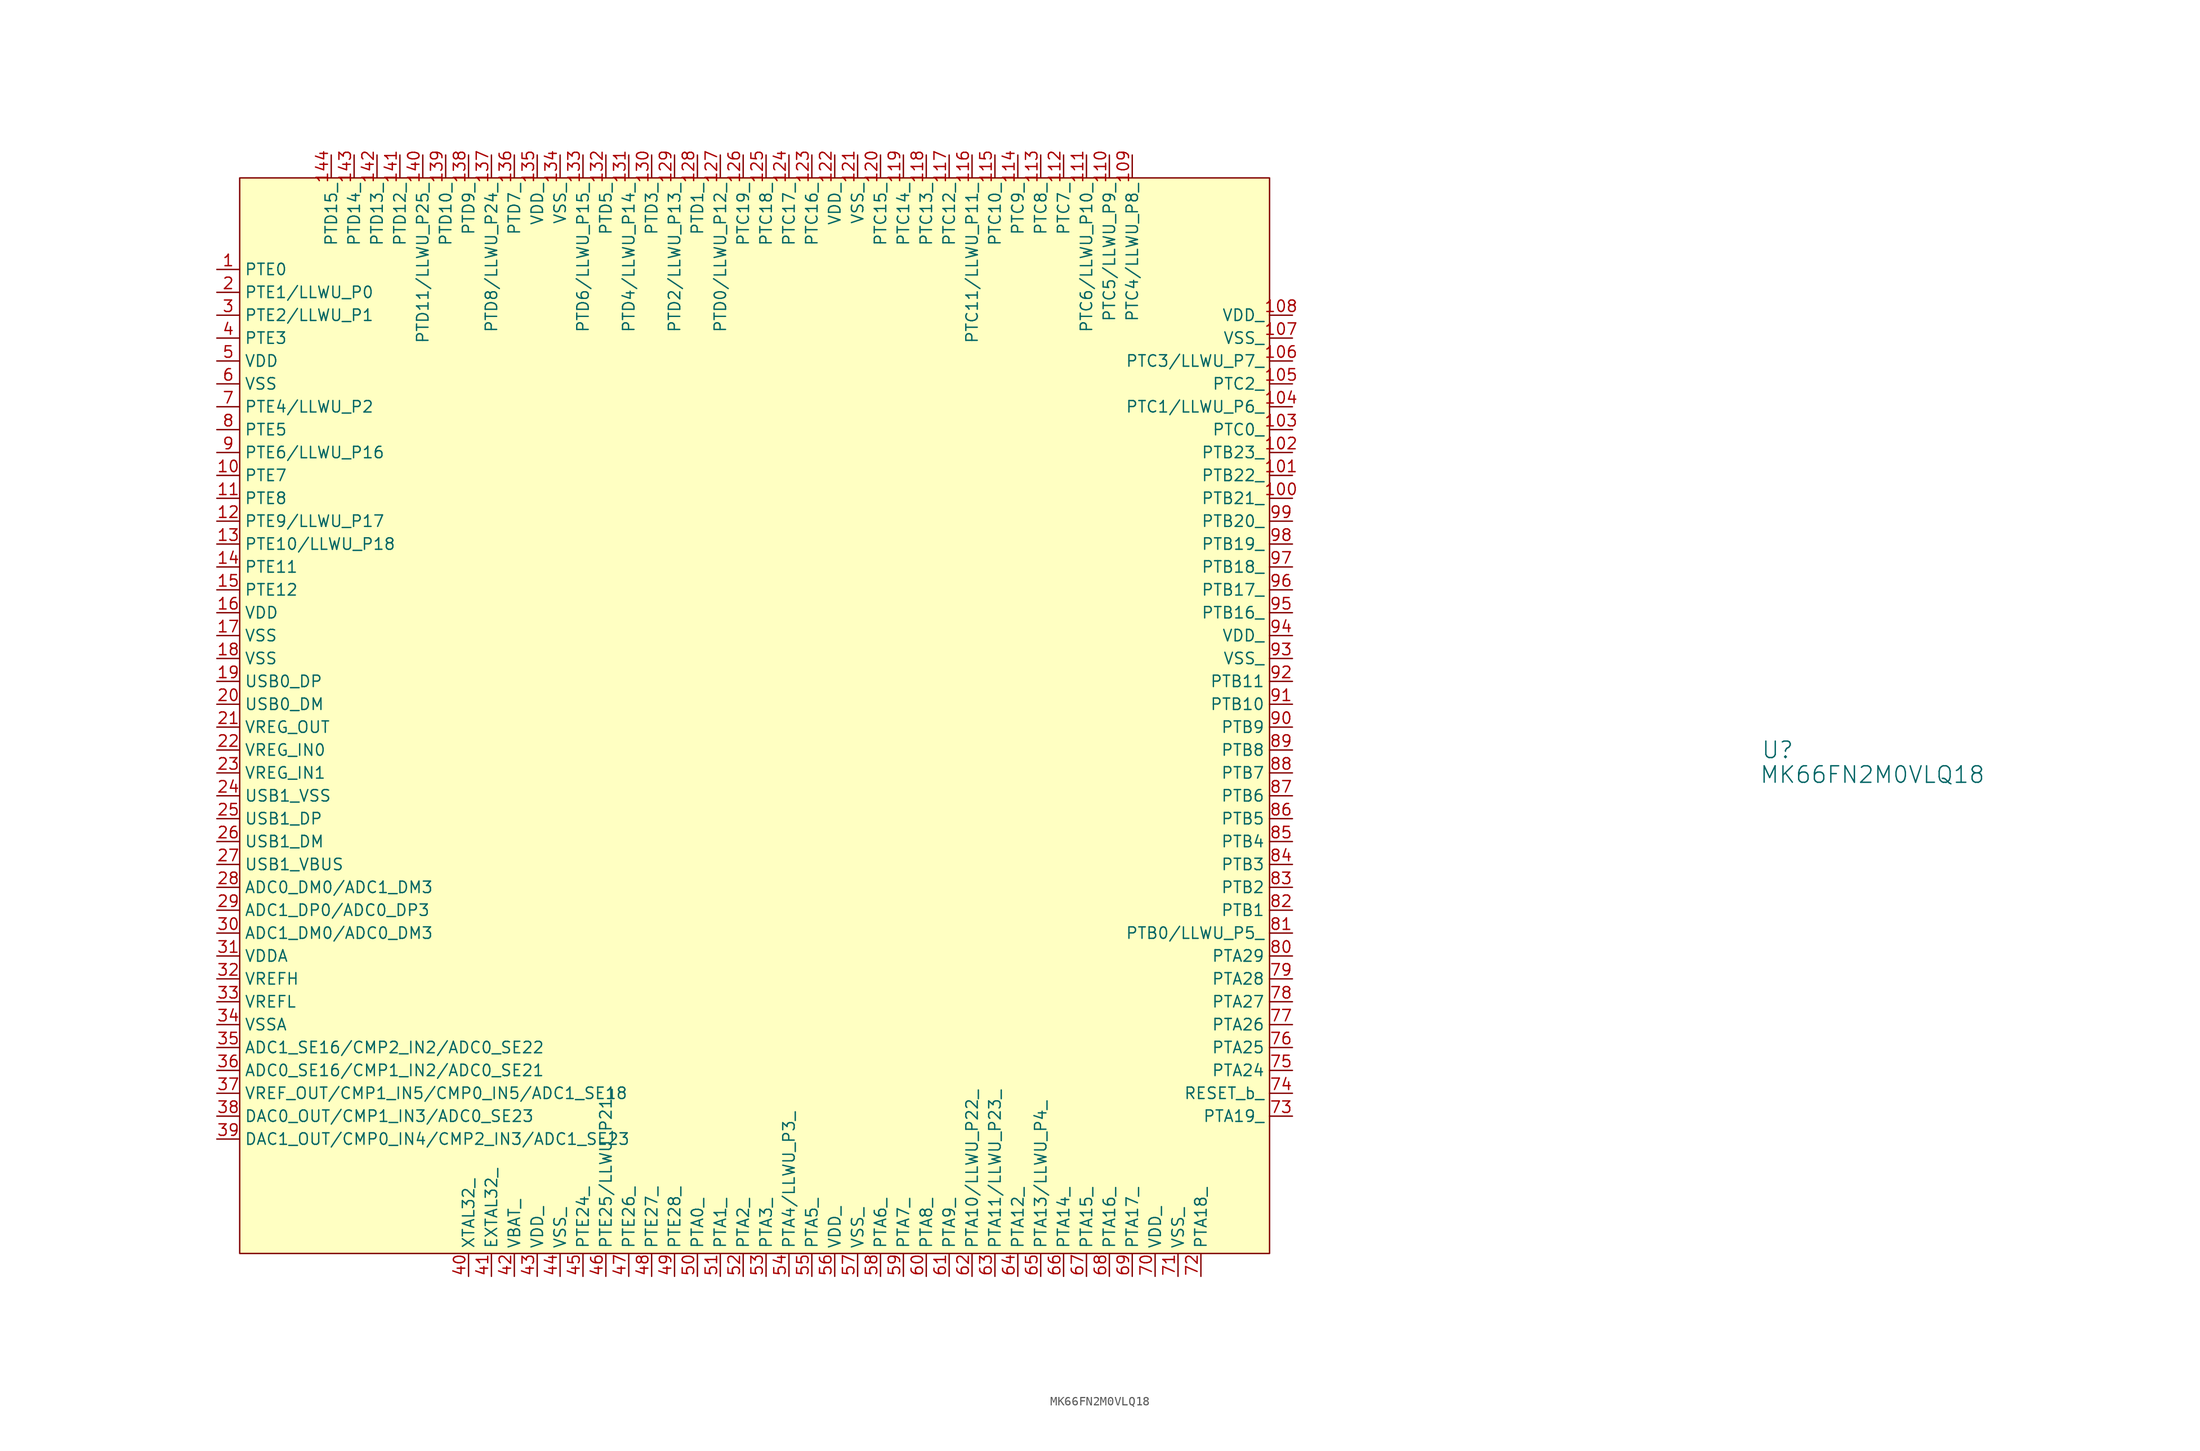
<source format=kicad_sym>
(kicad_symbol_lib
  (version 20241209)
  (generator "kicad_symbol_editor")
  (generator_version "9.0")
  (symbol "MK66FN2M0VLQ18"
    (property "Reference" "U"
      (at 112.268 -7.62 0)
      (effects (font (size 1.829 1.829))))
    (property "Value" "MK66FN2M0VLQ18"
      (at 110.236 -11.43 0)
      (effects (font (size 1.829 1.829)) (justify left bottom)))
    (symbol "MK66FN2M0VLQ18_1_0"
      (rectangle (start 55.88 55.88) (end -58.42 -63.5) (stroke (width 0) (type solid) (color 128 0 0 1)) (fill (type background)))
      (pin passive line (at -60.96 45.72 0) (length 2.54) (name "PTE0" (effects (font (size 1.27 1.27)))) (number "1" (effects (font (size 1.27 1.27)))))
      (pin passive line (at -60.96 43.18 0) (length 2.54) (name "PTE1/LLWU_P0" (effects (font (size 1.27 1.27)))) (number "2" (effects (font (size 1.27 1.27)))))
      (pin passive line (at -60.96 40.64 0) (length 2.54) (name "PTE2/LLWU_P1" (effects (font (size 1.27 1.27)))) (number "3" (effects (font (size 1.27 1.27)))))
      (pin passive line (at -60.96 38.1 0) (length 2.54) (name "PTE3" (effects (font (size 1.27 1.27)))) (number "4" (effects (font (size 1.27 1.27)))))
      (pin passive line (at -60.96 35.56 0) (length 2.54) (name "VDD" (effects (font (size 1.27 1.27)))) (number "5" (effects (font (size 1.27 1.27)))))
      (pin passive line (at -60.96 33.02 0) (length 2.54) (name "VSS" (effects (font (size 1.27 1.27)))) (number "6" (effects (font (size 1.27 1.27)))))
      (pin passive line (at -60.96 30.48 0) (length 2.54) (name "PTE4/LLWU_P2" (effects (font (size 1.27 1.27)))) (number "7" (effects (font (size 1.27 1.27)))))
      (pin passive line (at -60.96 27.94 0) (length 2.54) (name "PTE5" (effects (font (size 1.27 1.27)))) (number "8" (effects (font (size 1.27 1.27)))))
      (pin passive line (at -60.96 25.4 0) (length 2.54) (name "PTE6/LLWU_P16" (effects (font (size 1.27 1.27)))) (number "9" (effects (font (size 1.27 1.27)))))
      (pin passive line (at -60.96 22.86 0) (length 2.54) (name "PTE7" (effects (font (size 1.27 1.27)))) (number "10" (effects (font (size 1.27 1.27)))))
      (pin passive line (at -60.96 20.32 0) (length 2.54) (name "PTE8" (effects (font (size 1.27 1.27)))) (number "11" (effects (font (size 1.27 1.27)))))
      (pin passive line (at -60.96 17.78 0) (length 2.54) (name "PTE9/LLWU_P17" (effects (font (size 1.27 1.27)))) (number "12" (effects (font (size 1.27 1.27)))))
      (pin passive line (at -60.96 15.24 0) (length 2.54) (name "PTE10/LLWU_P18" (effects (font (size 1.27 1.27)))) (number "13" (effects (font (size 1.27 1.27)))))
      (pin passive line (at -60.96 12.7 0) (length 2.54) (name "PTE11" (effects (font (size 1.27 1.27)))) (number "14" (effects (font (size 1.27 1.27)))))
      (pin passive line (at -60.96 10.16 0) (length 2.54) (name "PTE12" (effects (font (size 1.27 1.27)))) (number "15" (effects (font (size 1.27 1.27)))))
      (pin passive line (at -60.96 7.62 0) (length 2.54) (name "VDD" (effects (font (size 1.27 1.27)))) (number "16" (effects (font (size 1.27 1.27)))))
      (pin passive line (at -60.96 5.08 0) (length 2.54) (name "VSS" (effects (font (size 1.27 1.27)))) (number "17" (effects (font (size 1.27 1.27)))))
      (pin passive line (at -60.96 2.54 0) (length 2.54) (name "VSS" (effects (font (size 1.27 1.27)))) (number "18" (effects (font (size 1.27 1.27)))))
      (pin passive line (at -60.96 0 0) (length 2.54) (name "USB0_DP" (effects (font (size 1.27 1.27)))) (number "19" (effects (font (size 1.27 1.27)))))
      (pin passive line (at -60.96 -2.54 0) (length 2.54) (name "USB0_DM" (effects (font (size 1.27 1.27)))) (number "20" (effects (font (size 1.27 1.27)))))
      (pin passive line (at -60.96 -5.08 0) (length 2.54) (name "VREG_OUT" (effects (font (size 1.27 1.27)))) (number "21" (effects (font (size 1.27 1.27)))))
      (pin passive line (at -60.96 -7.62 0) (length 2.54) (name "VREG_IN0" (effects (font (size 1.27 1.27)))) (number "22" (effects (font (size 1.27 1.27)))))
      (pin passive line (at -60.96 -10.16 0) (length 2.54) (name "VREG_IN1" (effects (font (size 1.27 1.27)))) (number "23" (effects (font (size 1.27 1.27)))))
      (pin passive line (at -60.96 -12.7 0) (length 2.54) (name "USB1_VSS" (effects (font (size 1.27 1.27)))) (number "24" (effects (font (size 1.27 1.27)))))
      (pin passive line (at -60.96 -15.24 0) (length 2.54) (name "USB1_DP" (effects (font (size 1.27 1.27)))) (number "25" (effects (font (size 1.27 1.27)))))
      (pin passive line (at -60.96 -17.78 0) (length 2.54) (name "USB1_DM" (effects (font (size 1.27 1.27)))) (number "26" (effects (font (size 1.27 1.27)))))
      (pin passive line (at -60.96 -20.32 0) (length 2.54) (name "USB1_VBUS" (effects (font (size 1.27 1.27)))) (number "27" (effects (font (size 1.27 1.27)))))
      (pin passive line (at -60.96 -22.86 0) (length 2.54) (name "ADC0_DM0/ADC1_DM3" (effects (font (size 1.27 1.27)))) (number "28" (effects (font (size 1.27 1.27)))))
      (pin passive line (at -60.96 -25.4 0) (length 2.54) (name "ADC1_DP0/ADC0_DP3" (effects (font (size 1.27 1.27)))) (number "29" (effects (font (size 1.27 1.27)))))
      (pin passive line (at -60.96 -27.94 0) (length 2.54) (name "ADC1_DM0/ADC0_DM3" (effects (font (size 1.27 1.27)))) (number "30" (effects (font (size 1.27 1.27)))))
      (pin passive line (at -60.96 -30.48 0) (length 2.54) (name "VDDA" (effects (font (size 1.27 1.27)))) (number "31" (effects (font (size 1.27 1.27)))))
      (pin passive line (at -60.96 -33.02 0) (length 2.54) (name "VREFH" (effects (font (size 1.27 1.27)))) (number "32" (effects (font (size 1.27 1.27)))))
      (pin passive line (at -60.96 -35.56 0) (length 2.54) (name "VREFL" (effects (font (size 1.27 1.27)))) (number "33" (effects (font (size 1.27 1.27)))))
      (pin passive line (at -60.96 -38.1 0) (length 2.54) (name "VSSA" (effects (font (size 1.27 1.27)))) (number "34" (effects (font (size 1.27 1.27)))))
      (pin passive line (at -60.96 -40.64 0) (length 2.54) (name "ADC1_SE16/CMP2_IN2/ADC0_SE22" (effects (font (size 1.27 1.27)))) (number "35" (effects (font (size 1.27 1.27)))))
      (pin passive line (at -60.96 -43.18 0) (length 2.54) (name "ADC0_SE16/CMP1_IN2/ADC0_SE21" (effects (font (size 1.27 1.27)))) (number "36" (effects (font (size 1.27 1.27)))))
      (pin passive line (at -60.96 -45.72 0) (length 2.54) (name "VREF_OUT/CMP1_IN5/CMP0_IN5/ADC1_SE18" (effects (font (size 1.27 1.27)))) (number "37" (effects (font (size 1.27 1.27)))))
      (pin passive line (at -60.96 -48.26 0) (length 2.54) (name "DAC0_OUT/CMP1_IN3/ADC0_SE23" (effects (font (size 1.27 1.27)))) (number "38" (effects (font (size 1.27 1.27)))))
      (pin passive line (at -60.96 -50.8 0) (length 2.54) (name "DAC1_OUT/CMP0_IN4/CMP2_IN3/ADC1_SE23" (effects (font (size 1.27 1.27)))) (number "39" (effects (font (size 1.27 1.27)))))
      (pin passive line (at -48.26 58.42 270) (length 2.54) (name "PTD15_" (effects (font (size 1.27 1.27)))) (number "144" (effects (font (size 1.27 1.27)))))
      (pin passive line (at -45.72 58.42 270) (length 2.54) (name "PTD14_" (effects (font (size 1.27 1.27)))) (number "143" (effects (font (size 1.27 1.27)))))
      (pin passive line (at -43.18 58.42 270) (length 2.54) (name "PTD13_" (effects (font (size 1.27 1.27)))) (number "142" (effects (font (size 1.27 1.27)))))
      (pin passive line (at -40.64 58.42 270) (length 2.54) (name "PTD12_" (effects (font (size 1.27 1.27)))) (number "141" (effects (font (size 1.27 1.27)))))
      (pin passive line (at -38.1 58.42 270) (length 2.54) (name "PTD11/LLWU_P25_" (effects (font (size 1.27 1.27)))) (number "140" (effects (font (size 1.27 1.27)))))
      (pin passive line (at -35.56 58.42 270) (length 2.54) (name "PTD10_" (effects (font (size 1.27 1.27)))) (number "139" (effects (font (size 1.27 1.27)))))
      (pin passive line (at -33.02 58.42 270) (length 2.54) (name "PTD9_" (effects (font (size 1.27 1.27)))) (number "138" (effects (font (size 1.27 1.27)))))
      (pin passive line (at -33.02 -66.04 90) (length 2.54) (name "XTAL32_" (effects (font (size 1.27 1.27)))) (number "40" (effects (font (size 1.27 1.27)))))
      (pin passive line (at -30.48 58.42 270) (length 2.54) (name "PTD8/LLWU_P24_" (effects (font (size 1.27 1.27)))) (number "137" (effects (font (size 1.27 1.27)))))
      (pin passive line (at -30.48 -66.04 90) (length 2.54) (name "EXTAL32_" (effects (font (size 1.27 1.27)))) (number "41" (effects (font (size 1.27 1.27)))))
      (pin passive line (at -27.94 58.42 270) (length 2.54) (name "PTD7_" (effects (font (size 1.27 1.27)))) (number "136" (effects (font (size 1.27 1.27)))))
      (pin passive line (at -27.94 -66.04 90) (length 2.54) (name "VBAT_" (effects (font (size 1.27 1.27)))) (number "42" (effects (font (size 1.27 1.27)))))
      (pin passive line (at -25.4 58.42 270) (length 2.54) (name "VDD_" (effects (font (size 1.27 1.27)))) (number "135" (effects (font (size 1.27 1.27)))))
      (pin passive line (at -25.4 -66.04 90) (length 2.54) (name "VDD_" (effects (font (size 1.27 1.27)))) (number "43" (effects (font (size 1.27 1.27)))))
      (pin passive line (at -22.86 58.42 270) (length 2.54) (name "VSS_" (effects (font (size 1.27 1.27)))) (number "134" (effects (font (size 1.27 1.27)))))
      (pin passive line (at -22.86 -66.04 90) (length 2.54) (name "VSS_" (effects (font (size 1.27 1.27)))) (number "44" (effects (font (size 1.27 1.27)))))
      (pin passive line (at -20.32 58.42 270) (length 2.54) (name "PTD6/LLWU_P15_" (effects (font (size 1.27 1.27)))) (number "133" (effects (font (size 1.27 1.27)))))
      (pin passive line (at -20.32 -66.04 90) (length 2.54) (name "PTE24_" (effects (font (size 1.27 1.27)))) (number "45" (effects (font (size 1.27 1.27)))))
      (pin passive line (at -17.78 58.42 270) (length 2.54) (name "PTD5_" (effects (font (size 1.27 1.27)))) (number "132" (effects (font (size 1.27 1.27)))))
      (pin passive line (at -17.78 -66.04 90) (length 2.54) (name "PTE25/LLWU_P21_" (effects (font (size 1.27 1.27)))) (number "46" (effects (font (size 1.27 1.27)))))
      (pin passive line (at -15.24 58.42 270) (length 2.54) (name "PTD4/LLWU_P14_" (effects (font (size 1.27 1.27)))) (number "131" (effects (font (size 1.27 1.27)))))
      (pin passive line (at -15.24 -66.04 90) (length 2.54) (name "PTE26_" (effects (font (size 1.27 1.27)))) (number "47" (effects (font (size 1.27 1.27)))))
      (pin passive line (at -12.7 58.42 270) (length 2.54) (name "PTD3_" (effects (font (size 1.27 1.27)))) (number "130" (effects (font (size 1.27 1.27)))))
      (pin passive line (at -12.7 -66.04 90) (length 2.54) (name "PTE27_" (effects (font (size 1.27 1.27)))) (number "48" (effects (font (size 1.27 1.27)))))
      (pin passive line (at -10.16 58.42 270) (length 2.54) (name "PTD2/LLWU_P13_" (effects (font (size 1.27 1.27)))) (number "129" (effects (font (size 1.27 1.27)))))
      (pin passive line (at -10.16 -66.04 90) (length 2.54) (name "PTE28_" (effects (font (size 1.27 1.27)))) (number "49" (effects (font (size 1.27 1.27)))))
      (pin passive line (at -7.62 58.42 270) (length 2.54) (name "PTD1_" (effects (font (size 1.27 1.27)))) (number "128" (effects (font (size 1.27 1.27)))))
      (pin passive line (at -7.62 -66.04 90) (length 2.54) (name "PTA0_" (effects (font (size 1.27 1.27)))) (number "50" (effects (font (size 1.27 1.27)))))
      (pin passive line (at -5.08 58.42 270) (length 2.54) (name "PTD0/LLWU_P12_" (effects (font (size 1.27 1.27)))) (number "127" (effects (font (size 1.27 1.27)))))
      (pin passive line (at -5.08 -66.04 90) (length 2.54) (name "PTA1_" (effects (font (size 1.27 1.27)))) (number "51" (effects (font (size 1.27 1.27)))))
      (pin passive line (at -2.54 58.42 270) (length 2.54) (name "PTC19_" (effects (font (size 1.27 1.27)))) (number "126" (effects (font (size 1.27 1.27)))))
      (pin passive line (at -2.54 -66.04 90) (length 2.54) (name "PTA2_" (effects (font (size 1.27 1.27)))) (number "52" (effects (font (size 1.27 1.27)))))
      (pin passive line (at 0 58.42 270) (length 2.54) (name "PTC18_" (effects (font (size 1.27 1.27)))) (number "125" (effects (font (size 1.27 1.27)))))
      (pin passive line (at 0 -66.04 90) (length 2.54) (name "PTA3_" (effects (font (size 1.27 1.27)))) (number "53" (effects (font (size 1.27 1.27)))))
      (pin passive line (at 2.54 58.42 270) (length 2.54) (name "PTC17_" (effects (font (size 1.27 1.27)))) (number "124" (effects (font (size 1.27 1.27)))))
      (pin passive line (at 2.54 -66.04 90) (length 2.54) (name "PTA4/LLWU_P3_" (effects (font (size 1.27 1.27)))) (number "54" (effects (font (size 1.27 1.27)))))
      (pin passive line (at 5.08 58.42 270) (length 2.54) (name "PTC16_" (effects (font (size 1.27 1.27)))) (number "123" (effects (font (size 1.27 1.27)))))
      (pin passive line (at 5.08 -66.04 90) (length 2.54) (name "PTA5_" (effects (font (size 1.27 1.27)))) (number "55" (effects (font (size 1.27 1.27)))))
      (pin passive line (at 7.62 58.42 270) (length 2.54) (name "VDD_" (effects (font (size 1.27 1.27)))) (number "122" (effects (font (size 1.27 1.27)))))
      (pin passive line (at 7.62 -66.04 90) (length 2.54) (name "VDD_" (effects (font (size 1.27 1.27)))) (number "56" (effects (font (size 1.27 1.27)))))
      (pin passive line (at 10.16 58.42 270) (length 2.54) (name "VSS_" (effects (font (size 1.27 1.27)))) (number "121" (effects (font (size 1.27 1.27)))))
      (pin passive line (at 10.16 -66.04 90) (length 2.54) (name "VSS_" (effects (font (size 1.27 1.27)))) (number "57" (effects (font (size 1.27 1.27)))))
      (pin passive line (at 12.7 58.42 270) (length 2.54) (name "PTC15_" (effects (font (size 1.27 1.27)))) (number "120" (effects (font (size 1.27 1.27)))))
      (pin passive line (at 12.7 -66.04 90) (length 2.54) (name "PTA6_" (effects (font (size 1.27 1.27)))) (number "58" (effects (font (size 1.27 1.27)))))
      (pin passive line (at 15.24 58.42 270) (length 2.54) (name "PTC14_" (effects (font (size 1.27 1.27)))) (number "119" (effects (font (size 1.27 1.27)))))
      (pin passive line (at 15.24 -66.04 90) (length 2.54) (name "PTA7_" (effects (font (size 1.27 1.27)))) (number "59" (effects (font (size 1.27 1.27)))))
      (pin passive line (at 17.78 58.42 270) (length 2.54) (name "PTC13_" (effects (font (size 1.27 1.27)))) (number "118" (effects (font (size 1.27 1.27)))))
      (pin passive line (at 17.78 -66.04 90) (length 2.54) (name "PTA8_" (effects (font (size 1.27 1.27)))) (number "60" (effects (font (size 1.27 1.27)))))
      (pin passive line (at 20.32 58.42 270) (length 2.54) (name "PTC12_" (effects (font (size 1.27 1.27)))) (number "117" (effects (font (size 1.27 1.27)))))
      (pin passive line (at 20.32 -66.04 90) (length 2.54) (name "PTA9_" (effects (font (size 1.27 1.27)))) (number "61" (effects (font (size 1.27 1.27)))))
      (pin passive line (at 22.86 58.42 270) (length 2.54) (name "PTC11/LLWU_P11_" (effects (font (size 1.27 1.27)))) (number "116" (effects (font (size 1.27 1.27)))))
      (pin passive line (at 22.86 -66.04 90) (length 2.54) (name "PTA10/LLWU_P22_" (effects (font (size 1.27 1.27)))) (number "62" (effects (font (size 1.27 1.27)))))
      (pin passive line (at 25.4 58.42 270) (length 2.54) (name "PTC10_" (effects (font (size 1.27 1.27)))) (number "115" (effects (font (size 1.27 1.27)))))
      (pin passive line (at 25.4 -66.04 90) (length 2.54) (name "PTA11/LLWU_P23_" (effects (font (size 1.27 1.27)))) (number "63" (effects (font (size 1.27 1.27)))))
      (pin passive line (at 27.94 58.42 270) (length 2.54) (name "PTC9_" (effects (font (size 1.27 1.27)))) (number "114" (effects (font (size 1.27 1.27)))))
      (pin passive line (at 27.94 -66.04 90) (length 2.54) (name "PTA12_" (effects (font (size 1.27 1.27)))) (number "64" (effects (font (size 1.27 1.27)))))
      (pin passive line (at 30.48 58.42 270) (length 2.54) (name "PTC8_" (effects (font (size 1.27 1.27)))) (number "113" (effects (font (size 1.27 1.27)))))
      (pin passive line (at 30.48 -66.04 90) (length 2.54) (name "PTA13/LLWU_P4_" (effects (font (size 1.27 1.27)))) (number "65" (effects (font (size 1.27 1.27)))))
      (pin passive line (at 33.02 58.42 270) (length 2.54) (name "PTC7_" (effects (font (size 1.27 1.27)))) (number "112" (effects (font (size 1.27 1.27)))))
      (pin passive line (at 33.02 -66.04 90) (length 2.54) (name "PTA14_" (effects (font (size 1.27 1.27)))) (number "66" (effects (font (size 1.27 1.27)))))
      (pin passive line (at 35.56 58.42 270) (length 2.54) (name "PTC6/LLWU_P10_" (effects (font (size 1.27 1.27)))) (number "111" (effects (font (size 1.27 1.27)))))
      (pin passive line (at 35.56 -66.04 90) (length 2.54) (name "PTA15_" (effects (font (size 1.27 1.27)))) (number "67" (effects (font (size 1.27 1.27)))))
      (pin passive line (at 38.1 58.42 270) (length 2.54) (name "PTC5/LLWU_P9_" (effects (font (size 1.27 1.27)))) (number "110" (effects (font (size 1.27 1.27)))))
      (pin passive line (at 38.1 -66.04 90) (length 2.54) (name "PTA16_" (effects (font (size 1.27 1.27)))) (number "68" (effects (font (size 1.27 1.27)))))
      (pin passive line (at 40.64 58.42 270) (length 2.54) (name "PTC4/LLWU_P8_" (effects (font (size 1.27 1.27)))) (number "109" (effects (font (size 1.27 1.27)))))
      (pin passive line (at 40.64 -66.04 90) (length 2.54) (name "PTA17_" (effects (font (size 1.27 1.27)))) (number "69" (effects (font (size 1.27 1.27)))))
      (pin passive line (at 43.18 -66.04 90) (length 2.54) (name "VDD_" (effects (font (size 1.27 1.27)))) (number "70" (effects (font (size 1.27 1.27)))))
      (pin passive line (at 45.72 -66.04 90) (length 2.54) (name "VSS_" (effects (font (size 1.27 1.27)))) (number "71" (effects (font (size 1.27 1.27)))))
      (pin passive line (at 48.26 -66.04 90) (length 2.54) (name "PTA18_" (effects (font (size 1.27 1.27)))) (number "72" (effects (font (size 1.27 1.27)))))
      (pin passive line (at 58.42 40.64 180) (length 2.54) (name "VDD_" (effects (font (size 1.27 1.27)))) (number "108" (effects (font (size 1.27 1.27)))))
      (pin passive line (at 58.42 38.1 180) (length 2.54) (name "VSS_" (effects (font (size 1.27 1.27)))) (number "107" (effects (font (size 1.27 1.27)))))
      (pin passive line (at 58.42 35.56 180) (length 2.54) (name "PTC3/LLWU_P7_" (effects (font (size 1.27 1.27)))) (number "106" (effects (font (size 1.27 1.27)))))
      (pin passive line (at 58.42 33.02 180) (length 2.54) (name "PTC2_" (effects (font (size 1.27 1.27)))) (number "105" (effects (font (size 1.27 1.27)))))
      (pin passive line (at 58.42 30.48 180) (length 2.54) (name "PTC1/LLWU_P6_" (effects (font (size 1.27 1.27)))) (number "104" (effects (font (size 1.27 1.27)))))
      (pin passive line (at 58.42 27.94 180) (length 2.54) (name "PTC0_" (effects (font (size 1.27 1.27)))) (number "103" (effects (font (size 1.27 1.27)))))
      (pin passive line (at 58.42 25.4 180) (length 2.54) (name "PTB23_" (effects (font (size 1.27 1.27)))) (number "102" (effects (font (size 1.27 1.27)))))
      (pin passive line (at 58.42 22.86 180) (length 2.54) (name "PTB22_" (effects (font (size 1.27 1.27)))) (number "101" (effects (font (size 1.27 1.27)))))
      (pin passive line (at 58.42 20.32 180) (length 2.54) (name "PTB21_" (effects (font (size 1.27 1.27)))) (number "100" (effects (font (size 1.27 1.27)))))
      (pin passive line (at 58.42 17.78 180) (length 2.54) (name "PTB20_" (effects (font (size 1.27 1.27)))) (number "99" (effects (font (size 1.27 1.27)))))
      (pin passive line (at 58.42 15.24 180) (length 2.54) (name "PTB19_" (effects (font (size 1.27 1.27)))) (number "98" (effects (font (size 1.27 1.27)))))
      (pin passive line (at 58.42 12.7 180) (length 2.54) (name "PTB18_" (effects (font (size 1.27 1.27)))) (number "97" (effects (font (size 1.27 1.27)))))
      (pin passive line (at 58.42 10.16 180) (length 2.54) (name "PTB17_" (effects (font (size 1.27 1.27)))) (number "96" (effects (font (size 1.27 1.27)))))
      (pin passive line (at 58.42 7.62 180) (length 2.54) (name "PTB16_" (effects (font (size 1.27 1.27)))) (number "95" (effects (font (size 1.27 1.27)))))
      (pin passive line (at 58.42 5.08 180) (length 2.54) (name "VDD_" (effects (font (size 1.27 1.27)))) (number "94" (effects (font (size 1.27 1.27)))))
      (pin passive line (at 58.42 2.54 180) (length 2.54) (name "VSS_" (effects (font (size 1.27 1.27)))) (number "93" (effects (font (size 1.27 1.27)))))
      (pin passive line (at 58.42 0 180) (length 2.54) (name "PTB11" (effects (font (size 1.27 1.27)))) (number "92" (effects (font (size 1.27 1.27)))))
      (pin passive line (at 58.42 -2.54 180) (length 2.54) (name "PTB10" (effects (font (size 1.27 1.27)))) (number "91" (effects (font (size 1.27 1.27)))))
      (pin passive line (at 58.42 -5.08 180) (length 2.54) (name "PTB9" (effects (font (size 1.27 1.27)))) (number "90" (effects (font (size 1.27 1.27)))))
      (pin passive line (at 58.42 -7.62 180) (length 2.54) (name "PTB8" (effects (font (size 1.27 1.27)))) (number "89" (effects (font (size 1.27 1.27)))))
      (pin passive line (at 58.42 -10.16 180) (length 2.54) (name "PTB7" (effects (font (size 1.27 1.27)))) (number "88" (effects (font (size 1.27 1.27)))))
      (pin passive line (at 58.42 -12.7 180) (length 2.54) (name "PTB6" (effects (font (size 1.27 1.27)))) (number "87" (effects (font (size 1.27 1.27)))))
      (pin passive line (at 58.42 -15.24 180) (length 2.54) (name "PTB5" (effects (font (size 1.27 1.27)))) (number "86" (effects (font (size 1.27 1.27)))))
      (pin passive line (at 58.42 -17.78 180) (length 2.54) (name "PTB4" (effects (font (size 1.27 1.27)))) (number "85" (effects (font (size 1.27 1.27)))))
      (pin passive line (at 58.42 -20.32 180) (length 2.54) (name "PTB3" (effects (font (size 1.27 1.27)))) (number "84" (effects (font (size 1.27 1.27)))))
      (pin passive line (at 58.42 -22.86 180) (length 2.54) (name "PTB2" (effects (font (size 1.27 1.27)))) (number "83" (effects (font (size 1.27 1.27)))))
      (pin passive line (at 58.42 -25.4 180) (length 2.54) (name "PTB1" (effects (font (size 1.27 1.27)))) (number "82" (effects (font (size 1.27 1.27)))))
      (pin passive line (at 58.42 -27.94 180) (length 2.54) (name "PTB0/LLWU_P5_" (effects (font (size 1.27 1.27)))) (number "81" (effects (font (size 1.27 1.27)))))
      (pin passive line (at 58.42 -30.48 180) (length 2.54) (name "PTA29" (effects (font (size 1.27 1.27)))) (number "80" (effects (font (size 1.27 1.27)))))
      (pin passive line (at 58.42 -33.02 180) (length 2.54) (name "PTA28" (effects (font (size 1.27 1.27)))) (number "79" (effects (font (size 1.27 1.27)))))
      (pin passive line (at 58.42 -35.56 180) (length 2.54) (name "PTA27" (effects (font (size 1.27 1.27)))) (number "78" (effects (font (size 1.27 1.27)))))
      (pin passive line (at 58.42 -38.1 180) (length 2.54) (name "PTA26" (effects (font (size 1.27 1.27)))) (number "77" (effects (font (size 1.27 1.27)))))
      (pin passive line (at 58.42 -40.64 180) (length 2.54) (name "PTA25" (effects (font (size 1.27 1.27)))) (number "76" (effects (font (size 1.27 1.27)))))
      (pin passive line (at 58.42 -43.18 180) (length 2.54) (name "PTA24" (effects (font (size 1.27 1.27)))) (number "75" (effects (font (size 1.27 1.27)))))
      (pin passive line (at 58.42 -45.72 180) (length 2.54) (name "RESET_b_" (effects (font (size 1.27 1.27)))) (number "74" (effects (font (size 1.27 1.27)))))
      (pin passive line (at 58.42 -48.26 180) (length 2.54) (name "PTA19_" (effects (font (size 1.27 1.27)))) (number "73" (effects (font (size 1.27 1.27))))))))
</source>
